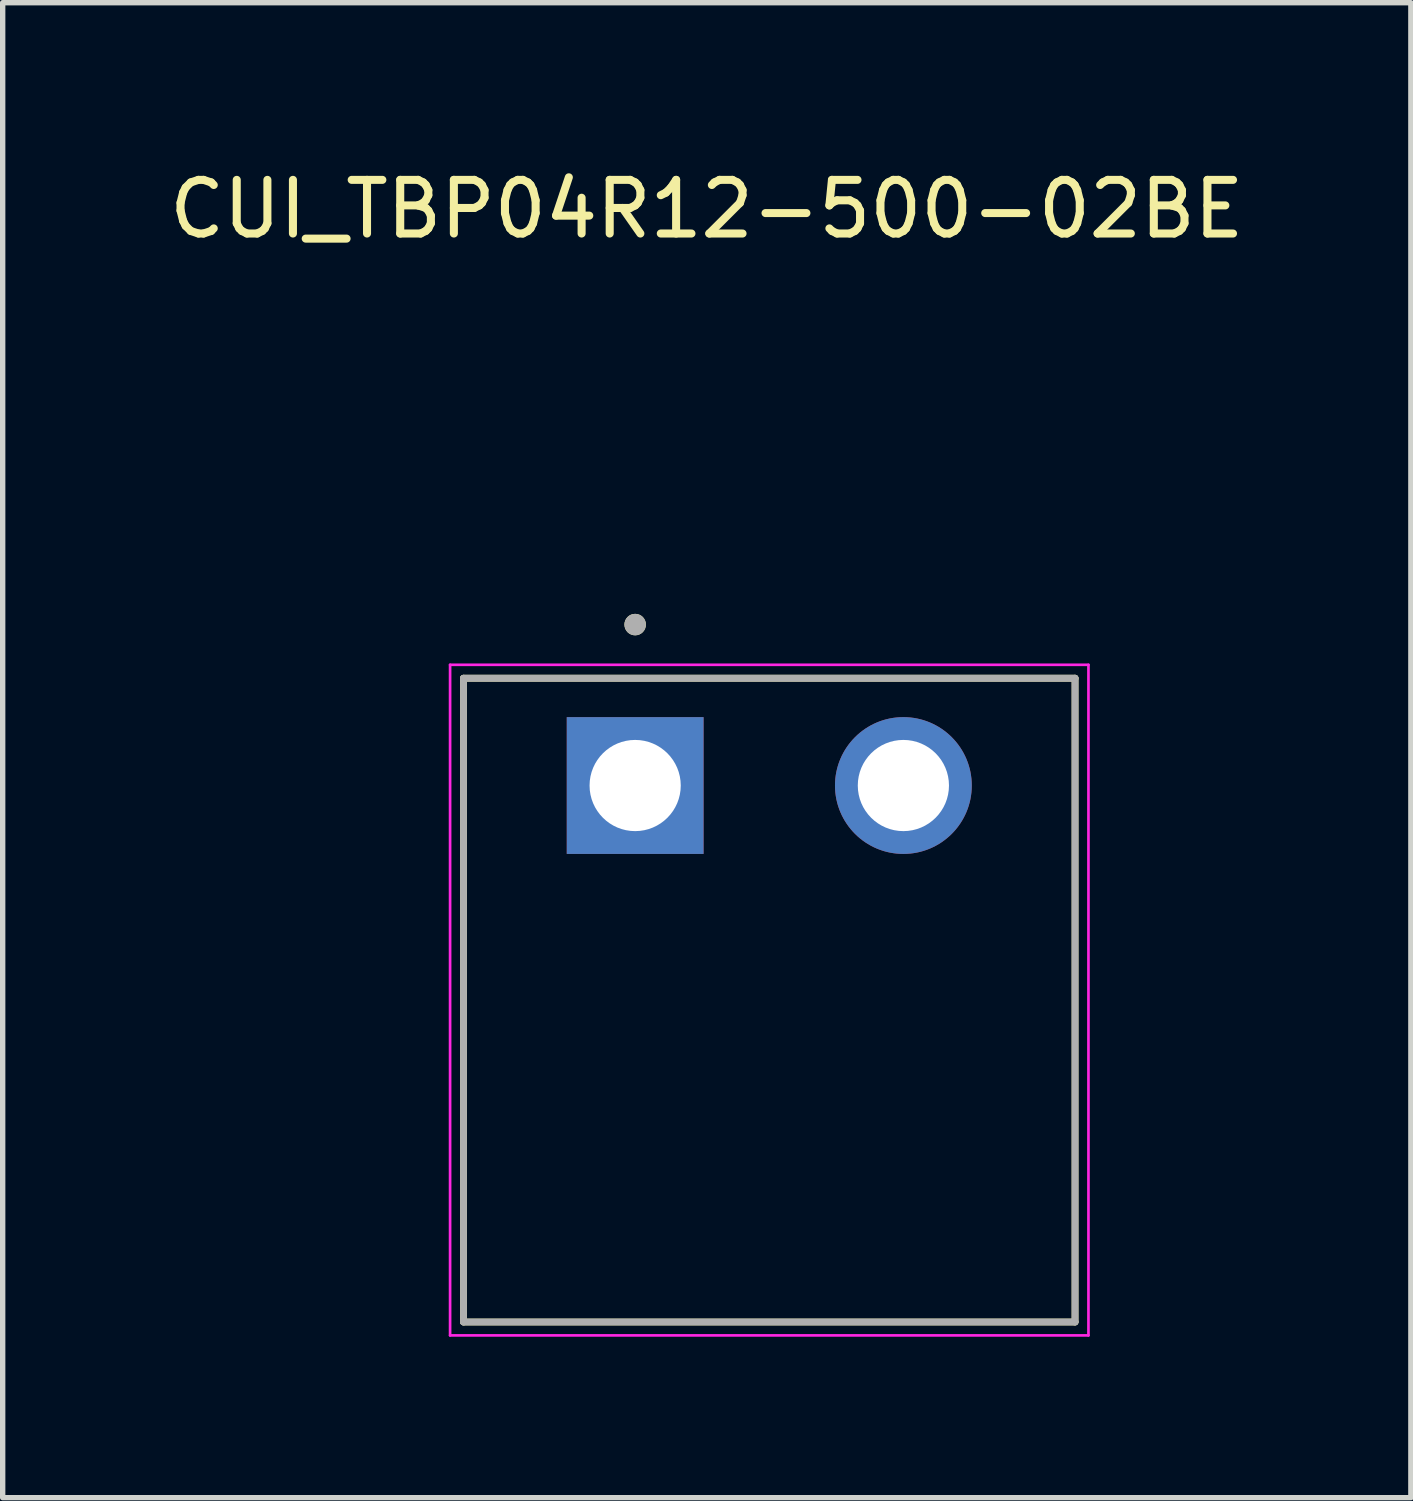
<source format=kicad_pcb>
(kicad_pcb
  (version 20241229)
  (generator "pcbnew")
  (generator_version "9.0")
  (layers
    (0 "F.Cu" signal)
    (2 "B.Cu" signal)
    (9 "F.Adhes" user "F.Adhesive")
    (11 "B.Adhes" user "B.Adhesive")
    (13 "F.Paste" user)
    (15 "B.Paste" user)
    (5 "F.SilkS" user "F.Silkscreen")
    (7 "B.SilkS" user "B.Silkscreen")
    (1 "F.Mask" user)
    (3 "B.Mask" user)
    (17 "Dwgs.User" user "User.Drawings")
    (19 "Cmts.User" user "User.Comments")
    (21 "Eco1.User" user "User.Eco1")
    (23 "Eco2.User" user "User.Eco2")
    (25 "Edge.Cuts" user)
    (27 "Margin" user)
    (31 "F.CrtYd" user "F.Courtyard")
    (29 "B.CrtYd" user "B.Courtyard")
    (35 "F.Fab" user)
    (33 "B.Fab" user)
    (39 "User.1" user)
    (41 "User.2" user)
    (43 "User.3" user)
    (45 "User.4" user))
  (footprint "CUI_TBP04R12-500-02BE"
    (layer "F.Cu")
    (at 8.79 11.593)
    (property "Reference" "CUI_TBP04R12-500-02BE" (at 1.335 -10.745 0) (layer "F.SilkS") (effects (font (size 1 1) (thickness 0.15))))
    (attr through_hole)
    (fp_line (start -3.2 -2) (end 8.2 -2) (stroke (width 0.127) (type solid)) (layer "F.SilkS"))
    (fp_line (start -3.2 10) (end -3.2 -2) (stroke (width 0.127) (type solid)) (layer "F.SilkS"))
    (fp_line (start 8.2 -2) (end 8.2 10) (stroke (width 0.127) (type solid)) (layer "F.SilkS"))
    (fp_line (start 8.2 10) (end -3.2 10) (stroke (width 0.127) (type solid)) (layer "F.SilkS"))
    (fp_circle (center 0 -3) (end 0.1 -3) (stroke (width 0.2) (type solid)) (fill no) (layer "F.SilkS"))
    (fp_line (start -3.45 -2.25) (end 8.45 -2.25) (stroke (width 0.05) (type solid)) (layer "F.CrtYd"))
    (fp_line (start -3.45 10.25) (end -3.45 -2.25) (stroke (width 0.05) (type solid)) (layer "F.CrtYd"))
    (fp_line (start 8.45 -2.25) (end 8.45 10.25) (stroke (width 0.05) (type solid)) (layer "F.CrtYd"))
    (fp_line (start 8.45 10.25) (end -3.45 10.25) (stroke (width 0.05) (type solid)) (layer "F.CrtYd"))
    (fp_line (start -3.2 -2) (end 8.2 -2) (stroke (width 0.127) (type solid)) (layer "F.Fab"))
    (fp_line (start -3.2 10) (end -3.2 -2) (stroke (width 0.127) (type solid)) (layer "F.Fab"))
    (fp_line (start 8.2 -2) (end 8.2 10) (stroke (width 0.127) (type solid)) (layer "F.Fab"))
    (fp_line (start 8.2 10) (end -3.2 10) (stroke (width 0.127) (type solid)) (layer "F.Fab"))
    (fp_circle (center 0 -3) (end 0.1 -3) (stroke (width 0.2) (type solid)) (fill no) (layer "F.Fab"))
    (pad "1" thru_hole rect (at 0 0) (size 2.55 2.55) (drill 1.7) (layers "*.Cu" "*.Mask"))
    (pad "2" thru_hole circle (at 5 0) (size 2.55 2.55) (drill 1.7) (layers "*.Cu" "*.Mask")))
  (gr_rect
    (start -3 -3)
    (end 23.25 24.868)
    (stroke (width 0.1) (type default))
    (fill no)
    (layer "Edge.Cuts")))
</source>
